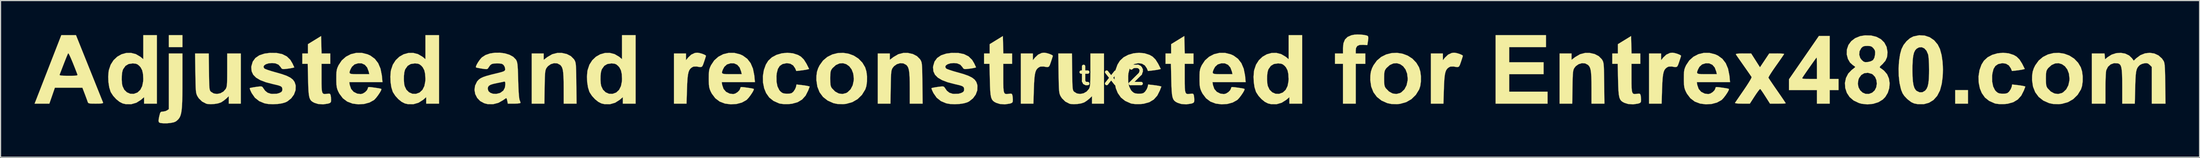
<source format=kicad_pcb>
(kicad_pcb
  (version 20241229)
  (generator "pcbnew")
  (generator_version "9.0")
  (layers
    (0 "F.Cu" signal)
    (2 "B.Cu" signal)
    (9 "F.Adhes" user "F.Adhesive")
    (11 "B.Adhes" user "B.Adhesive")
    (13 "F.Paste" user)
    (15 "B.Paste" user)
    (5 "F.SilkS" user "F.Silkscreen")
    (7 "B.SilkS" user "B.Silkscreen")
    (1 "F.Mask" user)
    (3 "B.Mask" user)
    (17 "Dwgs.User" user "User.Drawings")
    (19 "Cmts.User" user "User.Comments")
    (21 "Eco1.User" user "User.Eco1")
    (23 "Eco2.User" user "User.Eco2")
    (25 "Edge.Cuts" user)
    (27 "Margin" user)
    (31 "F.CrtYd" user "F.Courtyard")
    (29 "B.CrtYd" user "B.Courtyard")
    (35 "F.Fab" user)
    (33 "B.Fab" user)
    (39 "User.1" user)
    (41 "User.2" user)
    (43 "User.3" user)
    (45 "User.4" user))
  (footprint "text2"
    (layer "F.Cu")
    (at 95.112 3.664)
    (property "Reference" "text2" (at 0 0 0) (layer "F.SilkS") (effects (font (size 1.524 1.524) (thickness 0.3))))
    (attr through_hole)
    (fp_poly (pts (xy -82.056 -2.54) (xy -83.256 -2.54) (xy -83.256 -3.598) (xy -82.056 -3.598) (xy -82.056 -2.54)) (stroke (width 0.01) (type solid)) (fill yes) (layer "F.SilkS"))
    (fp_poly (pts (xy 75.565 2.469) (xy 74.436 2.469) (xy 74.436 1.27) (xy 75.565 1.27) (xy 75.565 2.469)) (stroke (width 0.01) (type solid)) (fill yes) (layer "F.SilkS"))
    (fp_poly (pts (xy 38.312 -2.54) (xy 35.066 -2.54) (xy 35.066 -1.199) (xy 38.1 -1.199) (xy 38.1 -0.141) (xy 35.066 -0.141) (xy 35.066 1.411) (xy 38.453 1.411) (xy 38.453 2.469) (xy 33.867 2.469) (xy 33.867 -3.598) (xy 38.312 -3.598) (xy 38.312 -2.54)) (stroke (width 0.01) (type solid)) (fill yes) (layer "F.SilkS"))
    (fp_poly (pts (xy 21.956 -3.65) (xy 22.241 -3.62) (xy 22.469 -3.573) (xy 22.568 -3.534) (xy 22.62 -3.462) (xy 22.629 -3.318) (xy 22.601 -3.096) (xy 22.541 -2.716) (xy 22.167 -2.741) (xy 21.854 -2.73) (xy 21.651 -2.64) (xy 21.544 -2.463) (xy 21.519 -2.247) (xy 21.519 -1.976) (xy 22.366 -1.976) (xy 22.366 -1.058) (xy 21.519 -1.058) (xy 21.519 2.469) (xy 20.391 2.469) (xy 20.391 -1.058) (xy 19.685 -1.058) (xy 19.685 -1.976) (xy 20.391 -1.976) (xy 20.391 -2.452) (xy 20.433 -2.883) (xy 20.566 -3.21) (xy 20.797 -3.442) (xy 21.136 -3.59) (xy 21.407 -3.644) (xy 21.661 -3.659) (xy 21.956 -3.65)) (stroke (width 0.01) (type solid)) (fill yes) (layer "F.SilkS"))
    (fp_poly (pts (xy -82.057 0.37) (xy -82.058 1.138) (xy -82.064 1.779) (xy -82.077 2.306) (xy -82.099 2.733) (xy -82.131 3.074) (xy -82.177 3.342) (xy -82.238 3.552) (xy -82.317 3.716) (xy -82.415 3.849) (xy -82.535 3.964) (xy -82.636 4.044) (xy -82.815 4.122) (xy -83.089 4.179) (xy -83.412 4.211) (xy -83.74 4.212) (xy -83.979 4.187) (xy -84.096 4.151) (xy -84.157 4.075) (xy -84.166 3.933) (xy -84.127 3.697) (xy -84.09 3.533) (xy -84.035 3.323) (xy -83.976 3.217) (xy -83.885 3.179) (xy -83.788 3.175) (xy -83.575 3.139) (xy -83.412 3.065) (xy -83.256 2.955) (xy -83.256 -1.976) (xy -82.056 -1.976) (xy -82.057 0.37)) (stroke (width 0.01) (type solid)) (fill yes) (layer "F.SilkS"))
    (fp_poly (pts (xy -36.45 -2.024) (xy -36.24 -1.969) (xy -36.039 -1.897) (xy -35.892 -1.824) (xy -35.842 -1.77) (xy -35.864 -1.684) (xy -35.92 -1.501) (xy -35.999 -1.261) (xy -36.009 -1.231) (xy -36.098 -0.977) (xy -36.173 -0.831) (xy -36.271 -0.773) (xy -36.429 -0.778) (xy -36.67 -0.822) (xy -36.939 -0.812) (xy -37.081 -0.744) (xy -37.207 -0.643) (xy -37.304 -0.512) (xy -37.378 -0.331) (xy -37.432 -0.082) (xy -37.471 0.253) (xy -37.498 0.695) (xy -37.516 1.175) (xy -37.557 2.469) (xy -38.664 2.469) (xy -38.664 -1.976) (xy -37.606 -1.976) (xy -37.605 -1.676) (xy -37.605 -1.376) (xy -37.423 -1.607) (xy -37.143 -1.873) (xy -36.825 -2.02) (xy -36.623 -2.046) (xy -36.45 -2.024)) (stroke (width 0.01) (type solid)) (fill yes) (layer "F.SilkS"))
    (fp_poly (pts (xy -5.829 -2.024) (xy -5.619 -1.969) (xy -5.418 -1.897) (xy -5.271 -1.824) (xy -5.221 -1.77) (xy -5.242 -1.684) (xy -5.299 -1.501) (xy -5.378 -1.261) (xy -5.388 -1.231) (xy -5.477 -0.977) (xy -5.552 -0.831) (xy -5.65 -0.773) (xy -5.808 -0.778) (xy -6.049 -0.822) (xy -6.318 -0.812) (xy -6.46 -0.744) (xy -6.586 -0.643) (xy -6.683 -0.512) (xy -6.757 -0.331) (xy -6.811 -0.082) (xy -6.849 0.253) (xy -6.877 0.695) (xy -6.895 1.175) (xy -6.936 2.469) (xy -8.043 2.469) (xy -8.043 -1.976) (xy -6.985 -1.976) (xy -6.984 -1.676) (xy -6.983 -1.376) (xy -6.802 -1.607) (xy -6.522 -1.873) (xy -6.204 -2.02) (xy -6.002 -2.046) (xy -5.829 -2.024)) (stroke (width 0.01) (type solid)) (fill yes) (layer "F.SilkS"))
    (fp_poly (pts (xy 30.366 -2.024) (xy 30.576 -1.969) (xy 30.777 -1.897) (xy 30.924 -1.824) (xy 30.974 -1.77) (xy 30.953 -1.684) (xy 30.896 -1.501) (xy 30.817 -1.261) (xy 30.807 -1.231) (xy 30.718 -0.977) (xy 30.643 -0.831) (xy 30.545 -0.773) (xy 30.387 -0.778) (xy 30.146 -0.822) (xy 29.877 -0.812) (xy 29.735 -0.744) (xy 29.609 -0.643) (xy 29.512 -0.512) (xy 29.438 -0.331) (xy 29.384 -0.082) (xy 29.346 0.253) (xy 29.318 0.695) (xy 29.3 1.175) (xy 29.259 2.469) (xy 28.152 2.469) (xy 28.152 -1.976) (xy 29.21 -1.976) (xy 29.211 -1.676) (xy 29.212 -1.376) (xy 29.393 -1.607) (xy 29.673 -1.873) (xy 29.991 -2.02) (xy 30.193 -2.046) (xy 30.366 -2.024)) (stroke (width 0.01) (type solid)) (fill yes) (layer "F.SilkS"))
    (fp_poly (pts (xy 49.628 -2.024) (xy 49.838 -1.969) (xy 50.038 -1.897) (xy 50.186 -1.824) (xy 50.236 -1.77) (xy 50.214 -1.684) (xy 50.158 -1.501) (xy 50.079 -1.261) (xy 50.069 -1.231) (xy 49.98 -0.977) (xy 49.905 -0.831) (xy 49.807 -0.773) (xy 49.649 -0.778) (xy 49.408 -0.822) (xy 49.139 -0.812) (xy 48.996 -0.744) (xy 48.871 -0.643) (xy 48.773 -0.512) (xy 48.7 -0.331) (xy 48.646 -0.082) (xy 48.607 0.253) (xy 48.58 0.695) (xy 48.561 1.175) (xy 48.521 2.469) (xy 47.413 2.469) (xy 47.413 -1.976) (xy 48.472 -1.976) (xy 48.472 -1.676) (xy 48.473 -1.376) (xy 48.655 -1.607) (xy 48.935 -1.873) (xy 49.253 -2.02) (xy 49.455 -2.046) (xy 49.628 -2.024)) (stroke (width 0.01) (type solid)) (fill yes) (layer "F.SilkS"))
    (fp_poly (pts (xy 63.359 0.282) (xy 64.135 0.282) (xy 64.135 1.27) (xy 63.359 1.27) (xy 63.359 2.469) (xy 62.23 2.469) (xy 62.23 1.27) (xy 59.761 1.27) (xy 59.761 0.313) (xy 59.843 0.194) (xy 60.933 0.194) (xy 60.94 0.236) (xy 61.033 0.264) (xy 61.231 0.278) (xy 61.552 0.282) (xy 62.23 0.282) (xy 62.23 -0.67) (xy 62.228 -1.018) (xy 62.223 -1.31) (xy 62.216 -1.518) (xy 62.207 -1.618) (xy 62.205 -1.623) (xy 62.16 -1.569) (xy 62.052 -1.422) (xy 61.898 -1.207) (xy 61.714 -0.947) (xy 61.518 -0.666) (xy 61.325 -0.389) (xy 61.153 -0.138) (xy 61.018 0.061) (xy 60.938 0.186) (xy 60.933 0.194) (xy 59.843 0.194) (xy 62.404 -3.528) (xy 63.359 -3.528) (xy 63.359 0.282)) (stroke (width 0.01) (type solid)) (fill yes) (layer "F.SilkS"))
    (fp_poly (pts (xy -69.795 -2.747) (xy -69.775 -1.976) (xy -69.003 -1.976) (xy -69.003 -1.058) (xy -69.779 -1.058) (xy -69.779 0.203) (xy -69.778 0.693) (xy -69.769 1.059) (xy -69.747 1.318) (xy -69.706 1.485) (xy -69.64 1.579) (xy -69.543 1.617) (xy -69.41 1.614) (xy -69.293 1.597) (xy -69.112 1.578) (xy -69.022 1.611) (xy -68.977 1.711) (xy -68.977 1.711) (xy -68.948 1.891) (xy -68.934 2.114) (xy -68.934 2.131) (xy -68.946 2.305) (xy -69.011 2.397) (xy -69.169 2.458) (xy -69.197 2.466) (xy -69.641 2.533) (xy -70.079 2.5) (xy -70.392 2.403) (xy -70.557 2.319) (xy -70.685 2.222) (xy -70.781 2.095) (xy -70.851 1.919) (xy -70.898 1.674) (xy -70.93 1.344) (xy -70.951 0.909) (xy -70.965 0.37) (xy -70.997 -1.058) (xy -71.473 -1.058) (xy -71.473 -1.976) (xy -70.979 -1.976) (xy -70.979 -2.802) (xy -69.815 -3.519) (xy -69.795 -2.747)) (stroke (width 0.01) (type solid)) (fill yes) (layer "F.SilkS"))
    (fp_poly (pts (xy 6.405 -2.747) (xy 6.425 -1.976) (xy 7.197 -1.976) (xy 7.197 -1.058) (xy 6.421 -1.058) (xy 6.421 0.203) (xy 6.422 0.693) (xy 6.431 1.059) (xy 6.453 1.318) (xy 6.494 1.485) (xy 6.56 1.579) (xy 6.657 1.617) (xy 6.79 1.614) (xy 6.907 1.597) (xy 7.088 1.578) (xy 7.178 1.611) (xy 7.223 1.711) (xy 7.223 1.711) (xy 7.252 1.891) (xy 7.266 2.114) (xy 7.266 2.131) (xy 7.254 2.305) (xy 7.189 2.397) (xy 7.031 2.458) (xy 7.003 2.466) (xy 6.559 2.533) (xy 6.121 2.5) (xy 5.808 2.403) (xy 5.643 2.319) (xy 5.515 2.222) (xy 5.419 2.095) (xy 5.349 1.919) (xy 5.302 1.674) (xy 5.27 1.344) (xy 5.249 0.909) (xy 5.235 0.37) (xy 5.203 -1.058) (xy 4.727 -1.058) (xy 4.727 -1.976) (xy 5.221 -1.976) (xy 5.221 -2.802) (xy 6.385 -3.519) (xy 6.405 -2.747)) (stroke (width 0.01) (type solid)) (fill yes) (layer "F.SilkS"))
    (fp_poly (pts (xy -9.611 -2.747) (xy -9.591 -1.976) (xy -8.819 -1.976) (xy -8.819 -1.058) (xy -9.596 -1.058) (xy -9.596 0.203) (xy -9.594 0.693) (xy -9.585 1.059) (xy -9.563 1.318) (xy -9.522 1.485) (xy -9.456 1.579) (xy -9.359 1.617) (xy -9.226 1.614) (xy -9.109 1.597) (xy -8.928 1.578) (xy -8.838 1.611) (xy -8.793 1.711) (xy -8.793 1.711) (xy -8.764 1.891) (xy -8.75 2.114) (xy -8.75 2.131) (xy -8.762 2.305) (xy -8.827 2.397) (xy -8.985 2.458) (xy -9.013 2.466) (xy -9.457 2.533) (xy -9.895 2.5) (xy -10.208 2.403) (xy -10.373 2.319) (xy -10.501 2.222) (xy -10.597 2.095) (xy -10.667 1.919) (xy -10.715 1.674) (xy -10.746 1.344) (xy -10.767 0.909) (xy -10.781 0.37) (xy -10.813 -1.058) (xy -11.289 -1.058) (xy -11.289 -1.976) (xy -10.795 -1.976) (xy -10.795 -2.802) (xy -10.213 -3.161) (xy -9.631 -3.519) (xy -9.611 -2.747)) (stroke (width 0.01) (type solid)) (fill yes) (layer "F.SilkS"))
    (fp_poly (pts (xy 45.846 -2.747) (xy 45.866 -1.976) (xy 46.637 -1.976) (xy 46.637 -1.058) (xy 45.861 -1.058) (xy 45.861 0.203) (xy 45.863 0.693) (xy 45.872 1.059) (xy 45.894 1.318) (xy 45.935 1.485) (xy 46.001 1.579) (xy 46.098 1.617) (xy 46.231 1.614) (xy 46.347 1.597) (xy 46.528 1.578) (xy 46.618 1.611) (xy 46.663 1.711) (xy 46.663 1.711) (xy 46.693 1.891) (xy 46.707 2.114) (xy 46.707 2.131) (xy 46.695 2.305) (xy 46.63 2.397) (xy 46.472 2.458) (xy 46.443 2.466) (xy 46 2.533) (xy 45.561 2.5) (xy 45.248 2.403) (xy 45.083 2.319) (xy 44.955 2.222) (xy 44.859 2.095) (xy 44.79 1.919) (xy 44.742 1.674) (xy 44.71 1.344) (xy 44.69 0.909) (xy 44.675 0.37) (xy 44.644 -1.058) (xy 44.168 -1.058) (xy 44.168 -1.976) (xy 44.662 -1.976) (xy 44.662 -2.802) (xy 45.244 -3.161) (xy 45.826 -3.519) (xy 45.846 -2.747)) (stroke (width 0.01) (type solid)) (fill yes) (layer "F.SilkS"))
    (fp_poly (pts (xy -48.569 -2.025) (xy -48.131 -1.927) (xy -47.766 -1.738) (xy -47.5 -1.471) (xy -47.473 -1.431) (xy -47.423 -1.345) (xy -47.383 -1.257) (xy -47.354 -1.148) (xy -47.332 -1.001) (xy -47.316 -0.796) (xy -47.305 -0.515) (xy -47.296 -0.14) (xy -47.289 0.349) (xy -47.286 0.653) (xy -47.264 2.469) (xy -48.401 2.469) (xy -48.403 1.111) (xy -48.407 0.538) (xy -48.419 0.087) (xy -48.443 -0.258) (xy -48.48 -0.518) (xy -48.534 -0.708) (xy -48.608 -0.848) (xy -48.703 -0.956) (xy -48.719 -0.97) (xy -48.966 -1.098) (xy -49.252 -1.116) (xy -49.54 -1.03) (xy -49.792 -0.851) (xy -49.921 -0.687) (xy -49.968 -0.596) (xy -50.004 -0.487) (xy -50.031 -0.338) (xy -50.05 -0.13) (xy -50.064 0.16) (xy -50.074 0.551) (xy -50.082 1.005) (xy -50.105 2.469) (xy -51.223 2.469) (xy -51.223 -1.976) (xy -50.165 -1.976) (xy -50.165 -1.412) (xy -49.845 -1.657) (xy -49.414 -1.909) (xy -48.957 -2.026) (xy -48.569 -2.025)) (stroke (width 0.01) (type solid)) (fill yes) (layer "F.SilkS"))
    (fp_poly (pts (xy -18.018 -2.025) (xy -17.58 -1.927) (xy -17.216 -1.738) (xy -16.949 -1.471) (xy -16.923 -1.431) (xy -16.872 -1.345) (xy -16.833 -1.257) (xy -16.803 -1.148) (xy -16.781 -1.001) (xy -16.765 -0.796) (xy -16.754 -0.515) (xy -16.746 -0.14) (xy -16.739 0.349) (xy -16.735 0.653) (xy -16.713 2.469) (xy -17.851 2.469) (xy -17.852 1.111) (xy -17.856 0.538) (xy -17.869 0.087) (xy -17.892 -0.258) (xy -17.93 -0.518) (xy -17.984 -0.708) (xy -18.057 -0.848) (xy -18.152 -0.956) (xy -18.168 -0.97) (xy -18.416 -1.098) (xy -18.702 -1.116) (xy -18.989 -1.03) (xy -19.241 -0.851) (xy -19.371 -0.687) (xy -19.418 -0.596) (xy -19.454 -0.487) (xy -19.48 -0.338) (xy -19.499 -0.13) (xy -19.513 0.16) (xy -19.523 0.551) (xy -19.531 1.005) (xy -19.554 2.469) (xy -20.673 2.469) (xy -20.673 -1.976) (xy -19.614 -1.976) (xy -19.614 -1.412) (xy -19.294 -1.657) (xy -18.864 -1.909) (xy -18.407 -2.026) (xy -18.018 -2.025)) (stroke (width 0.01) (type solid)) (fill yes) (layer "F.SilkS"))
    (fp_poly (pts (xy 42.166 -2.025) (xy 42.604 -1.927) (xy 42.968 -1.738) (xy 43.234 -1.471) (xy 43.261 -1.431) (xy 43.312 -1.345) (xy 43.351 -1.257) (xy 43.381 -1.148) (xy 43.403 -1.001) (xy 43.419 -0.796) (xy 43.43 -0.515) (xy 43.438 -0.14) (xy 43.445 0.349) (xy 43.449 0.653) (xy 43.471 2.469) (xy 42.333 2.469) (xy 42.332 1.111) (xy 42.328 0.538) (xy 42.315 0.087) (xy 42.292 -0.258) (xy 42.254 -0.518) (xy 42.2 -0.708) (xy 42.127 -0.848) (xy 42.031 -0.956) (xy 42.016 -0.97) (xy 41.768 -1.098) (xy 41.482 -1.116) (xy 41.195 -1.03) (xy 40.942 -0.851) (xy 40.813 -0.687) (xy 40.766 -0.596) (xy 40.73 -0.487) (xy 40.704 -0.338) (xy 40.685 -0.13) (xy 40.671 0.16) (xy 40.661 0.551) (xy 40.653 1.005) (xy 40.63 2.469) (xy 39.511 2.469) (xy 39.511 -1.976) (xy 40.569 -1.976) (xy 40.569 -1.412) (xy 40.89 -1.657) (xy 41.32 -1.909) (xy 41.777 -2.026) (xy 42.166 -2.025)) (stroke (width 0.01) (type solid)) (fill yes) (layer "F.SilkS"))
    (fp_poly (pts (xy -79.714 -0.355) (xy -79.706 0.166) (xy -79.698 0.564) (xy -79.688 0.858) (xy -79.673 1.067) (xy -79.652 1.21) (xy -79.623 1.304) (xy -79.585 1.369) (xy -79.544 1.415) (xy -79.301 1.566) (xy -79.012 1.61) (xy -78.713 1.554) (xy -78.442 1.402) (xy -78.243 1.178) (xy -78.197 1.091) (xy -78.162 0.988) (xy -78.137 0.849) (xy -78.121 0.654) (xy -78.111 0.381) (xy -78.107 0.009) (xy -78.105 -0.481) (xy -78.105 -0.512) (xy -78.105 -1.976) (xy -76.906 -1.976) (xy -76.906 2.469) (xy -77.964 2.469) (xy -77.964 1.807) (xy -78.193 2.024) (xy -78.401 2.195) (xy -78.623 2.342) (xy -78.666 2.365) (xy -78.911 2.447) (xy -79.231 2.499) (xy -79.565 2.518) (xy -79.854 2.498) (xy -79.954 2.474) (xy -80.317 2.287) (xy -80.616 1.994) (xy -80.734 1.811) (xy -80.782 1.712) (xy -80.82 1.607) (xy -80.849 1.478) (xy -80.87 1.305) (xy -80.886 1.069) (xy -80.897 0.751) (xy -80.906 0.33) (xy -80.915 -0.212) (xy -80.915 -0.229) (xy -80.94 -1.976) (xy -79.735 -1.976) (xy -79.714 -0.355)) (stroke (width 0.01) (type solid)) (fill yes) (layer "F.SilkS"))
    (fp_poly (pts (xy -3.514 -0.355) (xy -3.506 0.166) (xy -3.498 0.564) (xy -3.488 0.858) (xy -3.473 1.067) (xy -3.452 1.21) (xy -3.423 1.304) (xy -3.385 1.369) (xy -3.344 1.415) (xy -3.101 1.566) (xy -2.812 1.61) (xy -2.513 1.554) (xy -2.242 1.402) (xy -2.043 1.178) (xy -1.997 1.091) (xy -1.962 0.988) (xy -1.937 0.849) (xy -1.921 0.654) (xy -1.911 0.381) (xy -1.907 0.009) (xy -1.905 -0.481) (xy -1.905 -0.512) (xy -1.905 -1.976) (xy -0.706 -1.976) (xy -0.706 2.469) (xy -1.764 2.469) (xy -1.764 1.807) (xy -1.993 2.024) (xy -2.201 2.195) (xy -2.423 2.342) (xy -2.466 2.365) (xy -2.711 2.447) (xy -3.031 2.499) (xy -3.365 2.518) (xy -3.654 2.498) (xy -3.754 2.474) (xy -4.117 2.287) (xy -4.416 1.994) (xy -4.534 1.811) (xy -4.582 1.712) (xy -4.62 1.607) (xy -4.649 1.478) (xy -4.67 1.305) (xy -4.686 1.069) (xy -4.697 0.751) (xy -4.706 0.33) (xy -4.715 -0.212) (xy -4.715 -0.229) (xy -4.74 -1.976) (xy -3.535 -1.976) (xy -3.514 -0.355)) (stroke (width 0.01) (type solid)) (fill yes) (layer "F.SilkS"))
    (fp_poly (pts (xy -84.314 2.469) (xy -85.443 2.469) (xy -85.443 1.894) (xy -85.724 2.135) (xy -86.126 2.39) (xy -86.575 2.519) (xy -87.049 2.517) (xy -87.336 2.45) (xy -87.612 2.309) (xy -87.902 2.074) (xy -88.167 1.784) (xy -88.367 1.477) (xy -88.405 1.397) (xy -88.52 1.023) (xy -88.589 0.567) (xy -88.598 0.361) (xy -87.415 0.361) (xy -87.392 0.686) (xy -87.349 0.911) (xy -87.195 1.236) (xy -86.96 1.467) (xy -86.67 1.594) (xy -86.353 1.604) (xy -86.033 1.487) (xy -86.021 1.48) (xy -85.774 1.248) (xy -85.606 0.91) (xy -85.523 0.479) (xy -85.515 0.282) (xy -85.537 -0.155) (xy -85.611 -0.488) (xy -85.746 -0.745) (xy -85.87 -0.886) (xy -86.027 -1.013) (xy -86.187 -1.075) (xy -86.415 -1.093) (xy -86.465 -1.094) (xy -86.814 -1.042) (xy -87.081 -0.882) (xy -87.281 -0.601) (xy -87.322 -0.514) (xy -87.378 -0.291) (xy -87.41 0.018) (xy -87.415 0.361) (xy -88.598 0.361) (xy -88.609 0.084) (xy -88.576 -0.372) (xy -88.551 -0.511) (xy -88.392 -0.983) (xy -88.141 -1.378) (xy -87.815 -1.688) (xy -87.436 -1.904) (xy -87.022 -2.02) (xy -86.593 -2.027) (xy -86.17 -1.918) (xy -85.77 -1.684) (xy -85.722 -1.645) (xy -85.513 -1.469) (xy -85.513 -3.598) (xy -84.314 -3.598) (xy -84.314 2.469)) (stroke (width 0.01) (type solid)) (fill yes) (layer "F.SilkS"))
    (fp_poly (pts (xy -59.408 2.469) (xy -60.537 2.469) (xy -60.537 1.894) (xy -60.818 2.135) (xy -61.22 2.39) (xy -61.669 2.519) (xy -62.143 2.517) (xy -62.429 2.45) (xy -62.706 2.309) (xy -62.996 2.074) (xy -63.26 1.784) (xy -63.461 1.477) (xy -63.499 1.397) (xy -63.614 1.023) (xy -63.683 0.567) (xy -63.692 0.361) (xy -62.509 0.361) (xy -62.486 0.686) (xy -62.443 0.911) (xy -62.289 1.236) (xy -62.054 1.467) (xy -61.764 1.594) (xy -61.447 1.604) (xy -61.127 1.487) (xy -61.115 1.48) (xy -60.868 1.248) (xy -60.7 0.91) (xy -60.617 0.479) (xy -60.609 0.282) (xy -60.631 -0.155) (xy -60.705 -0.488) (xy -60.84 -0.745) (xy -60.964 -0.886) (xy -61.121 -1.013) (xy -61.281 -1.075) (xy -61.509 -1.093) (xy -61.559 -1.094) (xy -61.908 -1.042) (xy -62.175 -0.882) (xy -62.375 -0.601) (xy -62.415 -0.514) (xy -62.472 -0.291) (xy -62.504 0.018) (xy -62.509 0.361) (xy -63.692 0.361) (xy -63.703 0.084) (xy -63.669 -0.372) (xy -63.645 -0.511) (xy -63.486 -0.983) (xy -63.234 -1.378) (xy -62.909 -1.688) (xy -62.53 -1.904) (xy -62.116 -2.02) (xy -61.687 -2.027) (xy -61.264 -1.918) (xy -60.864 -1.684) (xy -60.816 -1.645) (xy -60.607 -1.469) (xy -60.607 -3.598) (xy -59.408 -3.598) (xy -59.408 2.469)) (stroke (width 0.01) (type solid)) (fill yes) (layer "F.SilkS"))
    (fp_poly (pts (xy -42.051 2.469) (xy -43.18 2.469) (xy -43.18 1.894) (xy -43.462 2.135) (xy -43.863 2.39) (xy -44.313 2.519) (xy -44.786 2.517) (xy -45.073 2.45) (xy -45.349 2.309) (xy -45.639 2.074) (xy -45.904 1.784) (xy -46.105 1.477) (xy -46.143 1.397) (xy -46.257 1.023) (xy -46.327 0.567) (xy -46.335 0.361) (xy -45.152 0.361) (xy -45.129 0.686) (xy -45.087 0.911) (xy -44.932 1.236) (xy -44.697 1.467) (xy -44.408 1.594) (xy -44.09 1.604) (xy -43.77 1.487) (xy -43.758 1.48) (xy -43.511 1.248) (xy -43.343 0.91) (xy -43.26 0.479) (xy -43.252 0.282) (xy -43.274 -0.155) (xy -43.348 -0.488) (xy -43.483 -0.745) (xy -43.608 -0.886) (xy -43.764 -1.013) (xy -43.925 -1.075) (xy -44.152 -1.093) (xy -44.202 -1.094) (xy -44.551 -1.042) (xy -44.818 -0.882) (xy -45.019 -0.601) (xy -45.059 -0.514) (xy -45.116 -0.291) (xy -45.147 0.018) (xy -45.152 0.361) (xy -46.335 0.361) (xy -46.347 0.084) (xy -46.313 -0.372) (xy -46.288 -0.511) (xy -46.13 -0.983) (xy -45.878 -1.378) (xy -45.552 -1.688) (xy -45.173 -1.904) (xy -44.759 -2.02) (xy -44.331 -2.027) (xy -43.907 -1.918) (xy -43.507 -1.684) (xy -43.459 -1.645) (xy -43.251 -1.469) (xy -43.251 -3.598) (xy -42.051 -3.598) (xy -42.051 2.469)) (stroke (width 0.01) (type solid)) (fill yes) (layer "F.SilkS"))
    (fp_poly (pts (xy 16.792 2.469) (xy 15.663 2.469) (xy 15.663 1.894) (xy 15.382 2.135) (xy 14.98 2.39) (xy 14.531 2.519) (xy 14.057 2.517) (xy 13.771 2.45) (xy 13.494 2.309) (xy 13.204 2.074) (xy 12.94 1.784) (xy 12.739 1.477) (xy 12.701 1.397) (xy 12.586 1.023) (xy 12.517 0.567) (xy 12.508 0.361) (xy 13.691 0.361) (xy 13.714 0.686) (xy 13.757 0.911) (xy 13.911 1.236) (xy 14.146 1.467) (xy 14.436 1.594) (xy 14.753 1.604) (xy 15.073 1.487) (xy 15.085 1.48) (xy 15.332 1.248) (xy 15.5 0.91) (xy 15.583 0.479) (xy 15.591 0.282) (xy 15.569 -0.155) (xy 15.495 -0.488) (xy 15.36 -0.745) (xy 15.236 -0.886) (xy 15.079 -1.013) (xy 14.919 -1.075) (xy 14.691 -1.093) (xy 14.641 -1.094) (xy 14.292 -1.042) (xy 14.025 -0.882) (xy 13.825 -0.601) (xy 13.785 -0.514) (xy 13.728 -0.291) (xy 13.696 0.018) (xy 13.691 0.361) (xy 12.508 0.361) (xy 12.497 0.084) (xy 12.531 -0.372) (xy 12.555 -0.511) (xy 12.714 -0.983) (xy 12.966 -1.378) (xy 13.291 -1.688) (xy 13.67 -1.904) (xy 14.084 -2.02) (xy 14.513 -2.027) (xy 14.936 -1.918) (xy 15.336 -1.684) (xy 15.384 -1.645) (xy 15.593 -1.469) (xy 15.593 -3.598) (xy 16.792 -3.598) (xy 16.792 2.469)) (stroke (width 0.01) (type solid)) (fill yes) (layer "F.SilkS"))
    (fp_poly (pts (xy -23.249 -1.956) (xy -22.791 -1.784) (xy -22.377 -1.517) (xy -22.03 -1.155) (xy -21.789 -0.748) (xy -21.678 -0.385) (xy -21.622 0.049) (xy -21.624 0.5) (xy -21.682 0.919) (xy -21.776 1.208) (xy -22.072 1.69) (xy -22.46 2.07) (xy -22.928 2.339) (xy -23.463 2.488) (xy -23.73 2.515) (xy -24.225 2.501) (xy -24.589 2.426) (xy -25.1 2.198) (xy -25.51 1.873) (xy -25.815 1.459) (xy -26.011 0.961) (xy -26.095 0.385) (xy -26.093 0.247) (xy -24.871 0.247) (xy -24.866 0.575) (xy -24.848 0.799) (xy -24.81 0.953) (xy -24.746 1.075) (xy -24.723 1.106) (xy -24.441 1.397) (xy -24.124 1.568) (xy -23.793 1.615) (xy -23.467 1.532) (xy -23.347 1.463) (xy -23.076 1.202) (xy -22.889 0.845) (xy -22.797 0.418) (xy -22.789 0.247) (xy -22.84 -0.194) (xy -22.979 -0.559) (xy -23.189 -0.839) (xy -23.451 -1.027) (xy -23.747 -1.114) (xy -24.06 -1.092) (xy -24.371 -0.954) (xy -24.662 -0.69) (xy -24.723 -0.612) (xy -24.795 -0.494) (xy -24.84 -0.352) (xy -24.863 -0.15) (xy -24.871 0.147) (xy -24.871 0.247) (xy -26.093 0.247) (xy -26.088 -0.01) (xy -26.042 -0.356) (xy -25.941 -0.665) (xy -25.811 -0.928) (xy -25.509 -1.349) (xy -25.13 -1.669) (xy -24.694 -1.888) (xy -24.221 -2.009) (xy -23.733 -2.031) (xy -23.249 -1.956)) (stroke (width 0.01) (type solid)) (fill yes) (layer "F.SilkS"))
    (fp_poly (pts (xy 25.646 -1.956) (xy 26.104 -1.784) (xy 26.518 -1.517) (xy 26.865 -1.155) (xy 27.106 -0.748) (xy 27.217 -0.385) (xy 27.273 0.049) (xy 27.271 0.5) (xy 27.213 0.919) (xy 27.119 1.208) (xy 26.823 1.69) (xy 26.435 2.07) (xy 25.967 2.339) (xy 25.432 2.488) (xy 25.165 2.515) (xy 24.67 2.501) (xy 24.306 2.426) (xy 23.795 2.198) (xy 23.385 1.873) (xy 23.08 1.459) (xy 22.884 0.961) (xy 22.8 0.385) (xy 22.802 0.247) (xy 24.024 0.247) (xy 24.029 0.575) (xy 24.047 0.799) (xy 24.085 0.953) (xy 24.149 1.075) (xy 24.172 1.106) (xy 24.454 1.397) (xy 24.771 1.568) (xy 25.102 1.615) (xy 25.428 1.532) (xy 25.548 1.463) (xy 25.819 1.202) (xy 26.006 0.845) (xy 26.098 0.418) (xy 26.106 0.247) (xy 26.055 -0.194) (xy 25.916 -0.559) (xy 25.706 -0.839) (xy 25.444 -1.027) (xy 25.148 -1.114) (xy 24.835 -1.092) (xy 24.524 -0.954) (xy 24.233 -0.69) (xy 24.172 -0.612) (xy 24.1 -0.494) (xy 24.055 -0.352) (xy 24.032 -0.15) (xy 24.024 0.147) (xy 24.024 0.247) (xy 22.802 0.247) (xy 22.807 -0.01) (xy 22.853 -0.356) (xy 22.954 -0.665) (xy 23.084 -0.928) (xy 23.386 -1.349) (xy 23.765 -1.669) (xy 24.201 -1.888) (xy 24.674 -2.009) (xy 25.162 -2.031) (xy 25.646 -1.956)) (stroke (width 0.01) (type solid)) (fill yes) (layer "F.SilkS"))
    (fp_poly (pts (xy 84.066 -1.956) (xy 84.524 -1.784) (xy 84.938 -1.517) (xy 85.285 -1.155) (xy 85.526 -0.748) (xy 85.637 -0.385) (xy 85.693 0.049) (xy 85.691 0.5) (xy 85.633 0.919) (xy 85.539 1.208) (xy 85.243 1.69) (xy 84.855 2.07) (xy 84.387 2.339) (xy 83.852 2.488) (xy 83.585 2.515) (xy 83.09 2.501) (xy 82.726 2.426) (xy 82.215 2.198) (xy 81.805 1.873) (xy 81.5 1.459) (xy 81.304 0.961) (xy 81.22 0.385) (xy 81.222 0.247) (xy 82.444 0.247) (xy 82.449 0.575) (xy 82.467 0.799) (xy 82.505 0.953) (xy 82.569 1.075) (xy 82.592 1.106) (xy 82.874 1.397) (xy 83.191 1.568) (xy 83.522 1.615) (xy 83.848 1.532) (xy 83.968 1.463) (xy 84.239 1.202) (xy 84.426 0.845) (xy 84.518 0.418) (xy 84.526 0.247) (xy 84.475 -0.194) (xy 84.336 -0.559) (xy 84.126 -0.839) (xy 83.864 -1.027) (xy 83.568 -1.114) (xy 83.255 -1.092) (xy 82.944 -0.954) (xy 82.653 -0.69) (xy 82.592 -0.612) (xy 82.52 -0.494) (xy 82.475 -0.352) (xy 82.452 -0.15) (xy 82.444 0.147) (xy 82.444 0.247) (xy 81.222 0.247) (xy 81.227 -0.01) (xy 81.273 -0.356) (xy 81.374 -0.665) (xy 81.504 -0.928) (xy 81.806 -1.349) (xy 82.185 -1.669) (xy 82.621 -1.888) (xy 83.094 -2.009) (xy 83.582 -2.031) (xy 84.066 -1.956)) (stroke (width 0.01) (type solid)) (fill yes) (layer "F.SilkS"))
    (fp_poly (pts (xy -28.168 -1.991) (xy -27.722 -1.847) (xy -27.456 -1.692) (xy -27.201 -1.438) (xy -26.969 -1.07) (xy -26.958 -1.047) (xy -26.735 -0.602) (xy -26.897 -0.559) (xy -27.056 -0.527) (xy -27.294 -0.491) (xy -27.463 -0.469) (xy -27.867 -0.422) (xy -27.969 -0.665) (xy -28.144 -0.919) (xy -28.4 -1.073) (xy -28.714 -1.117) (xy -29.06 -1.045) (xy -29.102 -1.029) (xy -29.334 -0.868) (xy -29.495 -0.606) (xy -29.592 -0.229) (xy -29.618 0.009) (xy -29.614 0.519) (xy -29.529 0.947) (xy -29.366 1.276) (xy -29.271 1.385) (xy -29.12 1.508) (xy -28.963 1.568) (xy -28.74 1.587) (xy -28.67 1.587) (xy -28.431 1.578) (xy -28.278 1.536) (xy -28.158 1.442) (xy -28.107 1.386) (xy -27.977 1.191) (xy -27.895 0.991) (xy -27.892 0.978) (xy -27.851 0.771) (xy -27.419 0.82) (xy -27.162 0.853) (xy -26.942 0.888) (xy -26.836 0.911) (xy -26.685 0.953) (xy -26.817 1.305) (xy -27.047 1.761) (xy -27.357 2.105) (xy -27.754 2.343) (xy -28.245 2.479) (xy -28.573 2.512) (xy -28.977 2.511) (xy -29.308 2.468) (xy -29.399 2.443) (xy -29.881 2.227) (xy -30.255 1.927) (xy -30.534 1.529) (xy -30.702 1.114) (xy -30.809 0.583) (xy -30.817 0.032) (xy -30.732 -0.504) (xy -30.558 -0.988) (xy -30.344 -1.334) (xy -30.02 -1.635) (xy -29.61 -1.856) (xy -29.143 -1.991) (xy -28.652 -2.037) (xy -28.168 -1.991)) (stroke (width 0.01) (type solid)) (fill yes) (layer "F.SilkS"))
    (fp_poly (pts (xy 2.876 -1.991) (xy 3.322 -1.847) (xy 3.589 -1.692) (xy 3.844 -1.438) (xy 4.075 -1.07) (xy 4.087 -1.047) (xy 4.309 -0.602) (xy 4.148 -0.559) (xy 3.988 -0.527) (xy 3.751 -0.491) (xy 3.582 -0.469) (xy 3.177 -0.422) (xy 3.076 -0.665) (xy 2.901 -0.919) (xy 2.644 -1.073) (xy 2.33 -1.117) (xy 1.985 -1.045) (xy 1.943 -1.029) (xy 1.711 -0.868) (xy 1.549 -0.606) (xy 1.453 -0.229) (xy 1.427 0.009) (xy 1.43 0.519) (xy 1.515 0.947) (xy 1.678 1.276) (xy 1.774 1.385) (xy 1.924 1.508) (xy 2.081 1.568) (xy 2.304 1.587) (xy 2.374 1.587) (xy 2.614 1.578) (xy 2.767 1.536) (xy 2.886 1.442) (xy 2.937 1.386) (xy 3.068 1.191) (xy 3.149 0.991) (xy 3.152 0.978) (xy 3.194 0.771) (xy 3.625 0.82) (xy 3.883 0.853) (xy 4.102 0.888) (xy 4.208 0.911) (xy 4.36 0.953) (xy 4.227 1.305) (xy 3.997 1.761) (xy 3.687 2.105) (xy 3.291 2.343) (xy 2.8 2.479) (xy 2.471 2.512) (xy 2.068 2.511) (xy 1.736 2.468) (xy 1.646 2.443) (xy 1.164 2.227) (xy 0.789 1.927) (xy 0.511 1.529) (xy 0.343 1.114) (xy 0.235 0.583) (xy 0.227 0.032) (xy 0.312 -0.504) (xy 0.486 -0.988) (xy 0.7 -1.334) (xy 1.024 -1.635) (xy 1.435 -1.856) (xy 1.901 -1.991) (xy 2.392 -2.037) (xy 2.876 -1.991)) (stroke (width 0.01) (type solid)) (fill yes) (layer "F.SilkS"))
    (fp_poly (pts (xy 79.147 -1.991) (xy 79.593 -1.847) (xy 79.859 -1.692) (xy 80.114 -1.438) (xy 80.346 -1.07) (xy 80.357 -1.047) (xy 80.58 -0.602) (xy 80.418 -0.559) (xy 80.259 -0.527) (xy 80.021 -0.491) (xy 79.852 -0.469) (xy 79.448 -0.422) (xy 79.346 -0.665) (xy 79.171 -0.919) (xy 78.915 -1.073) (xy 78.601 -1.117) (xy 78.255 -1.045) (xy 78.213 -1.029) (xy 77.981 -0.868) (xy 77.82 -0.606) (xy 77.723 -0.229) (xy 77.697 0.009) (xy 77.701 0.519) (xy 77.786 0.947) (xy 77.949 1.276) (xy 78.044 1.385) (xy 78.195 1.508) (xy 78.352 1.568) (xy 78.575 1.587) (xy 78.645 1.587) (xy 78.884 1.578) (xy 79.037 1.536) (xy 79.157 1.442) (xy 79.208 1.386) (xy 79.338 1.191) (xy 79.42 0.991) (xy 79.423 0.978) (xy 79.464 0.771) (xy 79.896 0.82) (xy 80.153 0.853) (xy 80.373 0.888) (xy 80.479 0.911) (xy 80.63 0.953) (xy 80.498 1.305) (xy 80.268 1.761) (xy 79.958 2.105) (xy 79.561 2.343) (xy 79.07 2.479) (xy 78.742 2.512) (xy 78.338 2.511) (xy 78.007 2.468) (xy 77.916 2.443) (xy 77.434 2.227) (xy 77.06 1.927) (xy 76.781 1.529) (xy 76.613 1.114) (xy 76.506 0.583) (xy 76.498 0.032) (xy 76.583 -0.504) (xy 76.757 -0.988) (xy 76.971 -1.334) (xy 77.295 -1.635) (xy 77.705 -1.856) (xy 78.172 -1.991) (xy 78.663 -2.037) (xy 79.147 -1.991)) (stroke (width 0.01) (type solid)) (fill yes) (layer "F.SilkS"))
    (fp_poly (pts (xy 92.013 -1.973) (xy 92.382 -1.803) (xy 92.691 -1.526) (xy 92.84 -1.305) (xy 92.877 -1.218) (xy 92.907 -1.097) (xy 92.93 -0.923) (xy 92.947 -0.68) (xy 92.96 -0.349) (xy 92.971 0.086) (xy 92.979 0.644) (xy 92.98 0.688) (xy 93.003 2.469) (xy 91.793 2.469) (xy 91.793 -0.783) (xy 91.611 -0.964) (xy 91.462 -1.084) (xy 91.305 -1.121) (xy 91.147 -1.108) (xy 90.926 -1.051) (xy 90.745 -0.96) (xy 90.722 -0.941) (xy 90.608 -0.827) (xy 90.52 -0.703) (xy 90.455 -0.549) (xy 90.407 -0.345) (xy 90.374 -0.07) (xy 90.351 0.296) (xy 90.334 0.773) (xy 90.327 1.038) (xy 90.291 2.469) (xy 89.182 2.469) (xy 89.182 0.95) (xy 89.179 0.364) (xy 89.168 -0.097) (xy 89.145 -0.448) (xy 89.108 -0.705) (xy 89.055 -0.884) (xy 88.981 -1) (xy 88.884 -1.069) (xy 88.798 -1.099) (xy 88.462 -1.118) (xy 88.16 -1.011) (xy 87.921 -0.795) (xy 87.769 -0.488) (xy 87.748 -0.343) (xy 87.729 -0.083) (xy 87.714 0.264) (xy 87.704 0.671) (xy 87.701 1.111) (xy 87.701 2.469) (xy 86.501 2.469) (xy 86.501 -1.976) (xy 87.621 -1.976) (xy 87.665 -1.46) (xy 87.888 -1.648) (xy 88.247 -1.875) (xy 88.645 -2.003) (xy 89.055 -2.031) (xy 89.445 -1.963) (xy 89.787 -1.798) (xy 90.036 -1.558) (xy 90.197 -1.339) (xy 90.413 -1.548) (xy 90.785 -1.825) (xy 91.192 -1.987) (xy 91.609 -2.035) (xy 92.013 -1.973)) (stroke (width 0.01) (type solid)) (fill yes) (layer "F.SilkS"))
    (fp_poly (pts (xy -90.275 -0.653) (xy -90.03 -0.042) (xy -89.801 0.53) (xy -89.594 1.05) (xy -89.412 1.503) (xy -89.263 1.876) (xy -89.151 2.156) (xy -89.081 2.329) (xy -89.061 2.381) (xy -89.079 2.424) (xy -89.187 2.452) (xy -89.403 2.466) (xy -89.699 2.469) (xy -90.012 2.467) (xy -90.213 2.457) (xy -90.329 2.432) (xy -90.389 2.387) (xy -90.421 2.314) (xy -90.422 2.311) (xy -90.47 2.171) (xy -90.553 1.944) (xy -90.654 1.672) (xy -90.68 1.605) (xy -90.888 1.058) (xy -93.317 1.058) (xy -93.56 1.764) (xy -93.804 2.469) (xy -95.107 2.469) (xy -94.976 2.134) (xy -94.922 1.996) (xy -94.824 1.742) (xy -94.686 1.389) (xy -94.517 0.952) (xy -94.321 0.449) (xy -94.113 -0.088) (xy -92.903 -0.088) (xy -92.884 -0.049) (xy -92.782 -0.022) (xy -92.579 -0.007) (xy -92.257 -0.000435) (xy -92.11 0) (xy -91.758 -0.002) (xy -91.526 -0.009) (xy -91.39 -0.025) (xy -91.33 -0.054) (xy -91.323 -0.098) (xy -91.331 -0.123) (xy -91.553 -0.698) (xy -91.745 -1.178) (xy -91.904 -1.556) (xy -92.026 -1.823) (xy -92.107 -1.972) (xy -92.141 -1.999) (xy -92.184 -1.915) (xy -92.266 -1.724) (xy -92.375 -1.454) (xy -92.502 -1.132) (xy -92.53 -1.058) (xy -92.658 -0.725) (xy -92.769 -0.435) (xy -92.853 -0.217) (xy -92.899 -0.098) (xy -92.903 -0.088) (xy -94.113 -0.088) (xy -94.106 -0.105) (xy -93.877 -0.695) (xy -93.798 -0.9) (xy -92.75 -3.598) (xy -91.454 -3.598) (xy -90.275 -0.653)) (stroke (width 0.01) (type solid)) (fill yes) (layer "F.SilkS"))
    (fp_poly (pts (xy 71.738 -3.564) (xy 72.185 -3.413) (xy 72.575 -3.146) (xy 72.891 -2.771) (xy 73.09 -2.37) (xy 73.236 -1.837) (xy 73.325 -1.22) (xy 73.356 -0.56) (xy 73.33 0.102) (xy 73.247 0.723) (xy 73.105 1.261) (xy 73.088 1.31) (xy 72.845 1.783) (xy 72.519 2.146) (xy 72.12 2.392) (xy 71.659 2.518) (xy 71.146 2.518) (xy 70.809 2.452) (xy 70.555 2.334) (xy 70.263 2.112) (xy 70.163 2.019) (xy 69.94 1.781) (xy 69.792 1.557) (xy 69.679 1.283) (xy 69.641 1.164) (xy 69.52 0.626) (xy 69.453 0.006) (xy 69.441 -0.529) (xy 70.662 -0.529) (xy 70.671 0.043) (xy 70.702 0.492) (xy 70.757 0.835) (xy 70.839 1.088) (xy 70.953 1.267) (xy 71.034 1.343) (xy 71.285 1.464) (xy 71.545 1.457) (xy 71.777 1.324) (xy 71.789 1.313) (xy 71.912 1.155) (xy 72.004 0.947) (xy 72.068 0.67) (xy 72.108 0.304) (xy 72.127 -0.17) (xy 72.13 -0.529) (xy 72.124 -0.976) (xy 72.106 -1.371) (xy 72.079 -1.686) (xy 72.045 -1.891) (xy 72.043 -1.895) (xy 71.905 -2.214) (xy 71.711 -2.43) (xy 71.479 -2.532) (xy 71.23 -2.511) (xy 71.034 -2.402) (xy 70.901 -2.257) (xy 70.8 -2.048) (xy 70.73 -1.759) (xy 70.686 -1.374) (xy 70.665 -0.874) (xy 70.662 -0.529) (xy 69.441 -0.529) (xy 69.439 -0.65) (xy 69.478 -1.3) (xy 69.569 -1.901) (xy 69.693 -2.358) (xy 69.873 -2.722) (xy 70.134 -3.056) (xy 70.44 -3.325) (xy 70.745 -3.486) (xy 71.253 -3.591) (xy 71.738 -3.564)) (stroke (width 0.01) (type solid)) (fill yes) (layer "F.SilkS"))
    (fp_poly (pts (xy 56.814 -1.364) (xy 57.203 -0.752) (xy 57.611 -1.364) (xy 58.018 -1.976) (xy 58.678 -1.976) (xy 58.963 -1.972) (xy 59.186 -1.962) (xy 59.317 -1.947) (xy 59.337 -1.938) (xy 59.298 -1.87) (xy 59.19 -1.708) (xy 59.027 -1.469) (xy 58.821 -1.174) (xy 58.629 -0.903) (xy 58.399 -0.573) (xy 58.204 -0.28) (xy 58.056 -0.045) (xy 57.968 0.114) (xy 57.95 0.172) (xy 57.998 0.252) (xy 58.114 0.428) (xy 58.284 0.68) (xy 58.495 0.99) (xy 58.729 1.328) (xy 58.965 1.67) (xy 59.171 1.97) (xy 59.333 2.211) (xy 59.44 2.373) (xy 59.478 2.438) (xy 59.478 2.438) (xy 59.413 2.452) (xy 59.236 2.462) (xy 58.979 2.468) (xy 58.782 2.469) (xy 58.086 2.469) (xy 57.684 1.836) (xy 57.514 1.572) (xy 57.368 1.355) (xy 57.265 1.211) (xy 57.226 1.168) (xy 57.168 1.209) (xy 57.053 1.348) (xy 56.899 1.563) (xy 56.74 1.801) (xy 56.31 2.469) (xy 55.632 2.469) (xy 55.294 2.463) (xy 55.079 2.443) (xy 54.997 2.41) (xy 54.998 2.398) (xy 55.051 2.32) (xy 55.17 2.145) (xy 55.342 1.893) (xy 55.553 1.585) (xy 55.777 1.26) (xy 56.007 0.917) (xy 56.203 0.611) (xy 56.353 0.362) (xy 56.444 0.189) (xy 56.465 0.114) (xy 56.41 0.031) (xy 56.29 -0.145) (xy 56.118 -0.393) (xy 55.909 -0.692) (xy 55.776 -0.882) (xy 55.553 -1.201) (xy 55.356 -1.484) (xy 55.201 -1.707) (xy 55.104 -1.85) (xy 55.079 -1.887) (xy 55.085 -1.929) (xy 55.176 -1.956) (xy 55.369 -1.971) (xy 55.684 -1.976) (xy 55.725 -1.976) (xy 56.425 -1.976) (xy 56.814 -1.364)) (stroke (width 0.01) (type solid)) (fill yes) (layer "F.SilkS"))
    (fp_poly (pts (xy -66.216 -2.027) (xy -65.719 -1.903) (xy -65.46 -1.784) (xy -65.073 -1.5) (xy -64.778 -1.117) (xy -64.572 -0.63) (xy -64.454 -0.036) (xy -64.443 0.07) (xy -64.397 0.564) (xy -67.328 0.564) (xy -67.287 0.819) (xy -67.168 1.167) (xy -66.946 1.425) (xy -66.635 1.58) (xy -66.319 1.623) (xy -66.126 1.572) (xy -65.926 1.446) (xy -65.766 1.281) (xy -65.689 1.115) (xy -65.687 1.091) (xy -65.667 1.021) (xy -65.584 0.997) (xy -65.403 1.01) (xy -65.352 1.017) (xy -64.983 1.068) (xy -64.733 1.107) (xy -64.581 1.137) (xy -64.507 1.164) (xy -64.488 1.188) (xy -64.532 1.316) (xy -64.642 1.511) (xy -64.792 1.734) (xy -64.955 1.947) (xy -65.104 2.111) (xy -65.154 2.153) (xy -65.545 2.37) (xy -66.015 2.498) (xy -66.528 2.531) (xy -67.047 2.463) (xy -67.048 2.463) (xy -67.511 2.286) (xy -67.897 1.993) (xy -68.206 1.582) (xy -68.312 1.376) (xy -68.387 1.192) (xy -68.435 1.006) (xy -68.462 0.781) (xy -68.473 0.476) (xy -68.474 0.247) (xy -68.471 -0.108) (xy -68.461 -0.285) (xy -67.311 -0.285) (xy -67.273 -0.208) (xy -67.155 -0.165) (xy -66.938 -0.146) (xy -66.605 -0.141) (xy -66.435 -0.141) (xy -65.561 -0.141) (xy -65.613 -0.372) (xy -65.747 -0.732) (xy -65.956 -0.976) (xy -66.237 -1.101) (xy -66.551 -1.107) (xy -66.865 -1.008) (xy -67.096 -0.799) (xy -67.214 -0.584) (xy -67.285 -0.408) (xy -67.311 -0.285) (xy -68.461 -0.285) (xy -68.457 -0.361) (xy -68.426 -0.554) (xy -68.37 -0.726) (xy -68.283 -0.918) (xy -68.273 -0.939) (xy -67.992 -1.362) (xy -67.623 -1.689) (xy -67.19 -1.914) (xy -66.714 -2.028) (xy -66.216 -2.027)) (stroke (width 0.01) (type solid)) (fill yes) (layer "F.SilkS"))
    (fp_poly (pts (xy -33.337 -2.027) (xy -32.84 -1.903) (xy -32.581 -1.784) (xy -32.194 -1.5) (xy -31.899 -1.117) (xy -31.693 -0.63) (xy -31.575 -0.036) (xy -31.564 0.07) (xy -31.518 0.564) (xy -34.45 0.564) (xy -34.408 0.819) (xy -34.289 1.167) (xy -34.067 1.425) (xy -33.756 1.58) (xy -33.44 1.623) (xy -33.247 1.572) (xy -33.048 1.446) (xy -32.887 1.281) (xy -32.81 1.115) (xy -32.808 1.091) (xy -32.788 1.021) (xy -32.705 0.997) (xy -32.524 1.01) (xy -32.473 1.017) (xy -32.104 1.068) (xy -31.854 1.107) (xy -31.702 1.137) (xy -31.628 1.164) (xy -31.61 1.188) (xy -31.653 1.316) (xy -31.763 1.511) (xy -31.913 1.734) (xy -32.076 1.947) (xy -32.225 2.111) (xy -32.275 2.153) (xy -32.666 2.37) (xy -33.136 2.498) (xy -33.649 2.531) (xy -34.169 2.463) (xy -34.169 2.463) (xy -34.633 2.286) (xy -35.018 1.993) (xy -35.327 1.582) (xy -35.433 1.376) (xy -35.508 1.192) (xy -35.556 1.006) (xy -35.583 0.781) (xy -35.594 0.476) (xy -35.595 0.247) (xy -35.592 -0.108) (xy -35.582 -0.285) (xy -34.432 -0.285) (xy -34.394 -0.208) (xy -34.276 -0.165) (xy -34.059 -0.146) (xy -33.726 -0.141) (xy -33.557 -0.141) (xy -32.682 -0.141) (xy -32.734 -0.372) (xy -32.868 -0.732) (xy -33.078 -0.976) (xy -33.359 -1.101) (xy -33.672 -1.107) (xy -33.986 -1.008) (xy -34.217 -0.799) (xy -34.335 -0.584) (xy -34.406 -0.408) (xy -34.432 -0.285) (xy -35.582 -0.285) (xy -35.578 -0.361) (xy -35.547 -0.554) (xy -35.491 -0.726) (xy -35.404 -0.918) (xy -35.394 -0.939) (xy -35.113 -1.362) (xy -34.745 -1.689) (xy -34.311 -1.914) (xy -33.835 -2.028) (xy -33.337 -2.027)) (stroke (width 0.01) (type solid)) (fill yes) (layer "F.SilkS"))
    (fp_poly (pts (xy 9.984 -2.027) (xy 10.481 -1.903) (xy 10.74 -1.784) (xy 11.127 -1.5) (xy 11.422 -1.117) (xy 11.628 -0.63) (xy 11.746 -0.036) (xy 11.757 0.07) (xy 11.803 0.564) (xy 8.872 0.564) (xy 8.913 0.819) (xy 9.032 1.167) (xy 9.254 1.425) (xy 9.565 1.58) (xy 9.881 1.623) (xy 10.074 1.572) (xy 10.274 1.446) (xy 10.434 1.281) (xy 10.511 1.115) (xy 10.513 1.091) (xy 10.533 1.021) (xy 10.616 0.997) (xy 10.797 1.01) (xy 10.848 1.017) (xy 11.217 1.068) (xy 11.467 1.107) (xy 11.619 1.137) (xy 11.693 1.164) (xy 11.712 1.188) (xy 11.668 1.316) (xy 11.558 1.511) (xy 11.408 1.734) (xy 11.245 1.947) (xy 11.096 2.111) (xy 11.046 2.153) (xy 10.655 2.37) (xy 10.185 2.498) (xy 9.672 2.531) (xy 9.153 2.463) (xy 9.152 2.463) (xy 8.689 2.286) (xy 8.303 1.993) (xy 7.994 1.582) (xy 7.888 1.376) (xy 7.813 1.192) (xy 7.765 1.006) (xy 7.738 0.781) (xy 7.727 0.476) (xy 7.726 0.247) (xy 7.729 -0.108) (xy 7.739 -0.285) (xy 8.889 -0.285) (xy 8.927 -0.208) (xy 9.045 -0.165) (xy 9.262 -0.146) (xy 9.595 -0.141) (xy 9.765 -0.141) (xy 10.639 -0.141) (xy 10.587 -0.372) (xy 10.453 -0.732) (xy 10.244 -0.976) (xy 9.963 -1.101) (xy 9.649 -1.107) (xy 9.335 -1.008) (xy 9.104 -0.799) (xy 8.986 -0.584) (xy 8.915 -0.408) (xy 8.889 -0.285) (xy 7.739 -0.285) (xy 7.743 -0.361) (xy 7.774 -0.554) (xy 7.83 -0.726) (xy 7.917 -0.918) (xy 7.927 -0.939) (xy 8.208 -1.362) (xy 8.577 -1.689) (xy 9.01 -1.914) (xy 9.486 -2.028) (xy 9.984 -2.027)) (stroke (width 0.01) (type solid)) (fill yes) (layer "F.SilkS"))
    (fp_poly (pts (xy 52.741 -2.027) (xy 53.238 -1.903) (xy 53.497 -1.784) (xy 53.884 -1.5) (xy 54.179 -1.117) (xy 54.384 -0.63) (xy 54.503 -0.036) (xy 54.514 0.07) (xy 54.56 0.564) (xy 51.628 0.564) (xy 51.669 0.819) (xy 51.789 1.167) (xy 52.011 1.425) (xy 52.322 1.58) (xy 52.638 1.623) (xy 52.831 1.572) (xy 53.03 1.446) (xy 53.191 1.281) (xy 53.268 1.115) (xy 53.269 1.091) (xy 53.29 1.021) (xy 53.373 0.997) (xy 53.554 1.01) (xy 53.605 1.017) (xy 53.974 1.068) (xy 54.224 1.107) (xy 54.376 1.137) (xy 54.45 1.164) (xy 54.468 1.188) (xy 54.425 1.316) (xy 54.315 1.511) (xy 54.165 1.734) (xy 54.002 1.947) (xy 53.853 2.111) (xy 53.803 2.153) (xy 53.411 2.37) (xy 52.942 2.498) (xy 52.429 2.531) (xy 51.909 2.463) (xy 51.909 2.463) (xy 51.445 2.286) (xy 51.06 1.993) (xy 50.751 1.582) (xy 50.645 1.376) (xy 50.57 1.192) (xy 50.522 1.006) (xy 50.495 0.781) (xy 50.484 0.476) (xy 50.483 0.247) (xy 50.486 -0.108) (xy 50.495 -0.285) (xy 51.646 -0.285) (xy 51.683 -0.208) (xy 51.802 -0.165) (xy 52.018 -0.146) (xy 52.351 -0.141) (xy 52.521 -0.141) (xy 53.396 -0.141) (xy 53.344 -0.372) (xy 53.21 -0.732) (xy 53 -0.976) (xy 52.719 -1.101) (xy 52.406 -1.107) (xy 52.092 -1.008) (xy 51.861 -0.799) (xy 51.743 -0.584) (xy 51.672 -0.408) (xy 51.646 -0.285) (xy 50.495 -0.285) (xy 50.499 -0.361) (xy 50.531 -0.554) (xy 50.587 -0.726) (xy 50.674 -0.918) (xy 50.684 -0.939) (xy 50.965 -1.362) (xy 51.333 -1.689) (xy 51.767 -1.914) (xy 52.243 -2.028) (xy 52.741 -2.027)) (stroke (width 0.01) (type solid)) (fill yes) (layer "F.SilkS"))
    (fp_poly (pts (xy -73.744 -2.021) (xy -73.247 -1.918) (xy -72.846 -1.716) (xy -72.534 -1.412) (xy -72.346 -1.096) (xy -72.181 -0.741) (xy -72.339 -0.699) (xy -72.498 -0.668) (xy -72.732 -0.632) (xy -72.884 -0.613) (xy -73.108 -0.591) (xy -73.239 -0.604) (xy -73.32 -0.665) (xy -73.393 -0.778) (xy -73.58 -0.988) (xy -73.857 -1.102) (xy -74.148 -1.129) (xy -74.453 -1.101) (xy -74.693 -1.025) (xy -74.849 -0.916) (xy -74.902 -0.786) (xy -74.833 -0.649) (xy -74.832 -0.648) (xy -74.728 -0.592) (xy -74.516 -0.513) (xy -74.225 -0.419) (xy -73.886 -0.321) (xy -73.829 -0.306) (xy -73.276 -0.147) (xy -72.848 0.007) (xy -72.53 0.168) (xy -72.306 0.344) (xy -72.16 0.547) (xy -72.078 0.788) (xy -72.059 0.897) (xy -72.074 1.29) (xy -72.213 1.667) (xy -72.457 2.002) (xy -72.791 2.267) (xy -72.951 2.35) (xy -73.254 2.441) (xy -73.642 2.499) (xy -74.065 2.52) (xy -74.472 2.503) (xy -74.809 2.444) (xy -74.812 2.443) (xy -75.284 2.245) (xy -75.661 1.943) (xy -75.944 1.535) (xy -75.946 1.531) (xy -76.047 1.32) (xy -76.109 1.162) (xy -76.119 1.095) (xy -76.038 1.07) (xy -75.854 1.033) (xy -75.604 0.993) (xy -75.561 0.986) (xy -75.288 0.951) (xy -75.122 0.943) (xy -75.028 0.964) (xy -74.974 1.018) (xy -74.965 1.032) (xy -74.76 1.325) (xy -74.54 1.503) (xy -74.27 1.591) (xy -74.146 1.606) (xy -73.731 1.593) (xy -73.499 1.528) (xy -73.325 1.437) (xy -73.25 1.331) (xy -73.237 1.206) (xy -73.249 1.08) (xy -73.3 0.987) (xy -73.413 0.913) (xy -73.611 0.845) (xy -73.918 0.771) (xy -74.048 0.742) (xy -74.682 0.577) (xy -75.182 0.387) (xy -75.556 0.165) (xy -75.809 -0.093) (xy -75.948 -0.393) (xy -75.979 -0.74) (xy -75.967 -0.86) (xy -75.85 -1.257) (xy -75.618 -1.575) (xy -75.273 -1.811) (xy -74.818 -1.964) (xy -74.341 -2.028) (xy -73.744 -2.021)) (stroke (width 0.01) (type solid)) (fill yes) (layer "F.SilkS"))
    (fp_poly (pts (xy -13.56 -2.021) (xy -13.064 -1.918) (xy -12.662 -1.716) (xy -12.35 -1.412) (xy -12.162 -1.096) (xy -11.997 -0.741) (xy -12.155 -0.699) (xy -12.314 -0.668) (xy -12.548 -0.632) (xy -12.7 -0.613) (xy -12.925 -0.591) (xy -13.055 -0.604) (xy -13.136 -0.665) (xy -13.209 -0.778) (xy -13.397 -0.988) (xy -13.673 -1.102) (xy -13.964 -1.129) (xy -14.269 -1.101) (xy -14.509 -1.025) (xy -14.665 -0.916) (xy -14.718 -0.786) (xy -14.649 -0.649) (xy -14.649 -0.648) (xy -14.544 -0.592) (xy -14.332 -0.513) (xy -14.042 -0.419) (xy -13.702 -0.321) (xy -13.645 -0.306) (xy -13.092 -0.147) (xy -12.665 0.007) (xy -12.346 0.168) (xy -12.122 0.344) (xy -11.976 0.547) (xy -11.894 0.788) (xy -11.875 0.897) (xy -11.89 1.29) (xy -12.029 1.667) (xy -12.273 2.002) (xy -12.607 2.267) (xy -12.767 2.35) (xy -13.07 2.441) (xy -13.458 2.499) (xy -13.881 2.52) (xy -14.288 2.503) (xy -14.626 2.444) (xy -14.628 2.443) (xy -15.1 2.245) (xy -15.477 1.943) (xy -15.76 1.535) (xy -15.762 1.531) (xy -15.863 1.32) (xy -15.925 1.162) (xy -15.935 1.095) (xy -15.854 1.07) (xy -15.67 1.033) (xy -15.42 0.993) (xy -15.377 0.986) (xy -15.105 0.951) (xy -14.938 0.943) (xy -14.844 0.964) (xy -14.79 1.018) (xy -14.781 1.032) (xy -14.576 1.325) (xy -14.356 1.503) (xy -14.086 1.591) (xy -13.962 1.606) (xy -13.547 1.593) (xy -13.315 1.528) (xy -13.141 1.437) (xy -13.066 1.331) (xy -13.053 1.206) (xy -13.065 1.08) (xy -13.116 0.987) (xy -13.229 0.913) (xy -13.427 0.845) (xy -13.734 0.771) (xy -13.864 0.742) (xy -14.498 0.577) (xy -14.998 0.387) (xy -15.372 0.165) (xy -15.625 -0.093) (xy -15.764 -0.393) (xy -15.795 -0.74) (xy -15.783 -0.86) (xy -15.666 -1.257) (xy -15.434 -1.575) (xy -15.089 -1.811) (xy -14.634 -1.964) (xy -14.157 -2.028) (xy -13.56 -2.021)) (stroke (width 0.01) (type solid)) (fill yes) (layer "F.SilkS"))
    (fp_poly (pts (xy 67.012 -3.569) (xy 67.486 -3.451) (xy 67.879 -3.239) (xy 68.18 -2.941) (xy 68.378 -2.565) (xy 68.46 -2.122) (xy 68.461 -2.046) (xy 68.419 -1.655) (xy 68.278 -1.331) (xy 68.02 -1.033) (xy 67.972 -0.99) (xy 67.821 -0.848) (xy 67.77 -0.764) (xy 67.802 -0.709) (xy 67.824 -0.696) (xy 67.95 -0.61) (xy 68.12 -0.478) (xy 68.163 -0.442) (xy 68.424 -0.136) (xy 68.585 0.24) (xy 68.649 0.659) (xy 68.616 1.09) (xy 68.488 1.506) (xy 68.266 1.877) (xy 68.042 2.106) (xy 67.654 2.342) (xy 67.19 2.487) (xy 66.688 2.536) (xy 66.184 2.483) (xy 65.934 2.413) (xy 65.47 2.192) (xy 65.114 1.884) (xy 64.869 1.51) (xy 64.727 1.075) (xy 64.708 0.702) (xy 65.842 0.702) (xy 65.9 1.022) (xy 66.045 1.29) (xy 66.259 1.49) (xy 66.521 1.603) (xy 66.812 1.611) (xy 67.104 1.502) (xy 67.328 1.297) (xy 67.466 1.02) (xy 67.517 0.706) (xy 67.484 0.39) (xy 67.367 0.106) (xy 67.166 -0.111) (xy 67.065 -0.171) (xy 66.725 -0.265) (xy 66.412 -0.229) (xy 66.146 -0.071) (xy 65.95 0.198) (xy 65.891 0.351) (xy 65.842 0.702) (xy 64.708 0.702) (xy 64.704 0.626) (xy 64.794 0.194) (xy 64.992 -0.194) (xy 65.291 -0.508) (xy 65.318 -0.529) (xy 65.484 -0.657) (xy 65.591 -0.751) (xy 65.612 -0.779) (xy 65.561 -0.836) (xy 65.43 -0.926) (xy 65.41 -0.938) (xy 65.155 -1.166) (xy 64.967 -1.492) (xy 64.868 -1.872) (xy 65.962 -1.872) (xy 66.05 -1.578) (xy 66.184 -1.397) (xy 66.337 -1.263) (xy 66.477 -1.209) (xy 66.674 -1.213) (xy 66.722 -1.218) (xy 66.979 -1.279) (xy 67.171 -1.383) (xy 67.187 -1.397) (xy 67.302 -1.596) (xy 67.363 -1.886) (xy 67.372 -2.118) (xy 67.332 -2.277) (xy 67.227 -2.429) (xy 67.218 -2.439) (xy 67.089 -2.566) (xy 66.948 -2.627) (xy 66.739 -2.645) (xy 66.675 -2.646) (xy 66.44 -2.634) (xy 66.289 -2.584) (xy 66.163 -2.475) (xy 66.14 -2.448) (xy 65.991 -2.175) (xy 65.962 -1.872) (xy 64.868 -1.872) (xy 64.865 -1.882) (xy 64.864 -1.89) (xy 64.876 -2.335) (xy 65.012 -2.732) (xy 65.26 -3.069) (xy 65.606 -3.333) (xy 66.039 -3.51) (xy 66.469 -3.582) (xy 67.012 -3.569)) (stroke (width 0.01) (type solid)) (fill yes) (layer "F.SilkS"))
    (fp_poly (pts (xy -53.583 -1.982) (xy -53.183 -1.859) (xy -52.852 -1.676) (xy -52.619 -1.437) (xy -52.601 -1.408) (xy -52.554 -1.315) (xy -52.517 -1.205) (xy -52.488 -1.059) (xy -52.467 -0.855) (xy -52.449 -0.574) (xy -52.435 -0.196) (xy -52.421 0.301) (xy -52.418 0.388) (xy -52.401 0.937) (xy -52.378 1.402) (xy -52.351 1.769) (xy -52.322 2.022) (xy -52.295 2.139) (xy -52.235 2.301) (xy -52.211 2.403) (xy -52.276 2.434) (xy -52.449 2.457) (xy -52.695 2.469) (xy -52.772 2.469) (xy -53.334 2.469) (xy -53.38 2.223) (xy -53.42 2.06) (xy -53.459 1.978) (xy -53.465 1.976) (xy -53.54 2.015) (xy -53.681 2.112) (xy -53.738 2.155) (xy -54.164 2.397) (xy -54.63 2.518) (xy -55.106 2.513) (xy -55.416 2.435) (xy -55.771 2.242) (xy -56.038 1.963) (xy -56.209 1.625) (xy -56.275 1.255) (xy -56.263 1.164) (xy -55.104 1.164) (xy -55.042 1.364) (xy -54.877 1.51) (xy -54.639 1.594) (xy -54.358 1.607) (xy -54.067 1.539) (xy -53.976 1.499) (xy -53.727 1.311) (xy -53.589 1.047) (xy -53.553 0.754) (xy -53.563 0.579) (xy -53.606 0.514) (xy -53.675 0.52) (xy -53.809 0.551) (xy -54.028 0.597) (xy -54.222 0.635) (xy -54.595 0.714) (xy -54.849 0.794) (xy -55.004 0.886) (xy -55.082 1.004) (xy -55.104 1.16) (xy -55.104 1.164) (xy -56.263 1.164) (xy -56.227 0.88) (xy -56.059 0.527) (xy -56.015 0.466) (xy -55.887 0.33) (xy -55.725 0.215) (xy -55.506 0.112) (xy -55.207 0.01) (xy -54.805 -0.099) (xy -54.504 -0.173) (xy -54.133 -0.263) (xy -53.877 -0.331) (xy -53.715 -0.387) (xy -53.623 -0.44) (xy -53.581 -0.5) (xy -53.566 -0.571) (xy -53.595 -0.762) (xy -53.683 -0.923) (xy -53.776 -1.016) (xy -53.892 -1.068) (xy -54.073 -1.09) (xy -54.292 -1.094) (xy -54.572 -1.084) (xy -54.756 -1.04) (xy -54.892 -0.935) (xy -55.026 -0.745) (xy -55.069 -0.674) (xy -55.121 -0.614) (xy -55.207 -0.589) (xy -55.362 -0.595) (xy -55.619 -0.632) (xy -55.631 -0.634) (xy -55.877 -0.677) (xy -56.062 -0.714) (xy -56.147 -0.738) (xy -56.148 -0.739) (xy -56.148 -0.828) (xy -56.079 -0.992) (xy -55.962 -1.196) (xy -55.819 -1.404) (xy -55.668 -1.583) (xy -55.616 -1.634) (xy -55.301 -1.839) (xy -54.912 -1.975) (xy -54.476 -2.042) (xy -54.024 -2.044) (xy -53.583 -1.982)) (stroke (width 0.01) (type solid)) (fill yes) (layer "F.SilkS")))
  (gr_rect
    (start -3 -3)
    (end 191.12 10.881)
    (stroke (width 0.1) (type default))
    (fill no)
    (layer "Edge.Cuts")))
</source>
